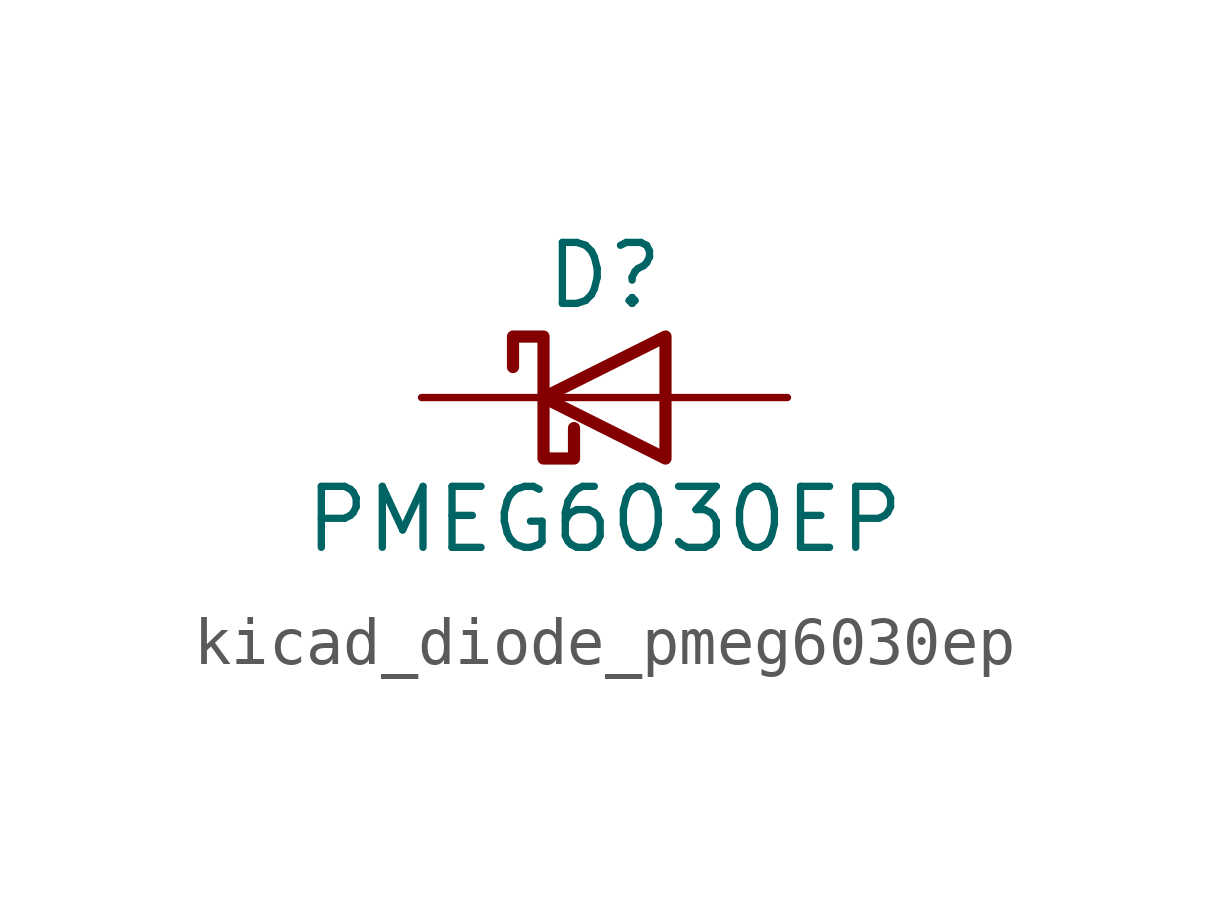
<source format=kicad_sym>
(kicad_symbol_lib
  (version 20220914)
  (generator kicad_symbol_editor)
  (symbol "kicad_diode_pmeg6030ep"
    (pin_numbers hide)
    (pin_names hide)
    (property "Reference" "D"
      (at 0 2.54 0)
      (effects (font (size 1.27 1.27))))
    (property "Value" "PMEG6030EP"
      (at 0 -2.54 0)
      (effects (font (size 1.27 1.27))))
    (symbol "kicad_diode_pmeg6030ep_0_1"
      (polyline (pts (xy 1.27 0) (xy -1.27 0)) (stroke (width 0) (type default)) (fill (type none)))
      (polyline (pts (xy 1.27 1.27) (xy 1.27 -1.27) (xy -1.27 0) (xy 1.27 1.27)) (stroke (width 0.254) (type default)) (fill (type none)))
      (polyline (pts (xy -1.905 0.635) (xy -1.905 1.27) (xy -1.27 1.27) (xy -1.27 -1.27) (xy -0.635 -1.27) (xy -0.635 -0.635)) (stroke (width 0.254) (type default)) (fill (type none))))
    (symbol "kicad_diode_pmeg6030ep_1_1"
      (pin passive line (at -3.81 0 0) (length 2.54) (name "K" (effects (font (size 1.27 1.27)))) (number "1" (effects (font (size 1.27 1.27)))))
      (pin passive line (at 3.81 0 180) (length 2.54) (name "A" (effects (font (size 1.27 1.27)))) (number "2" (effects (font (size 1.27 1.27))))))))
</source>
